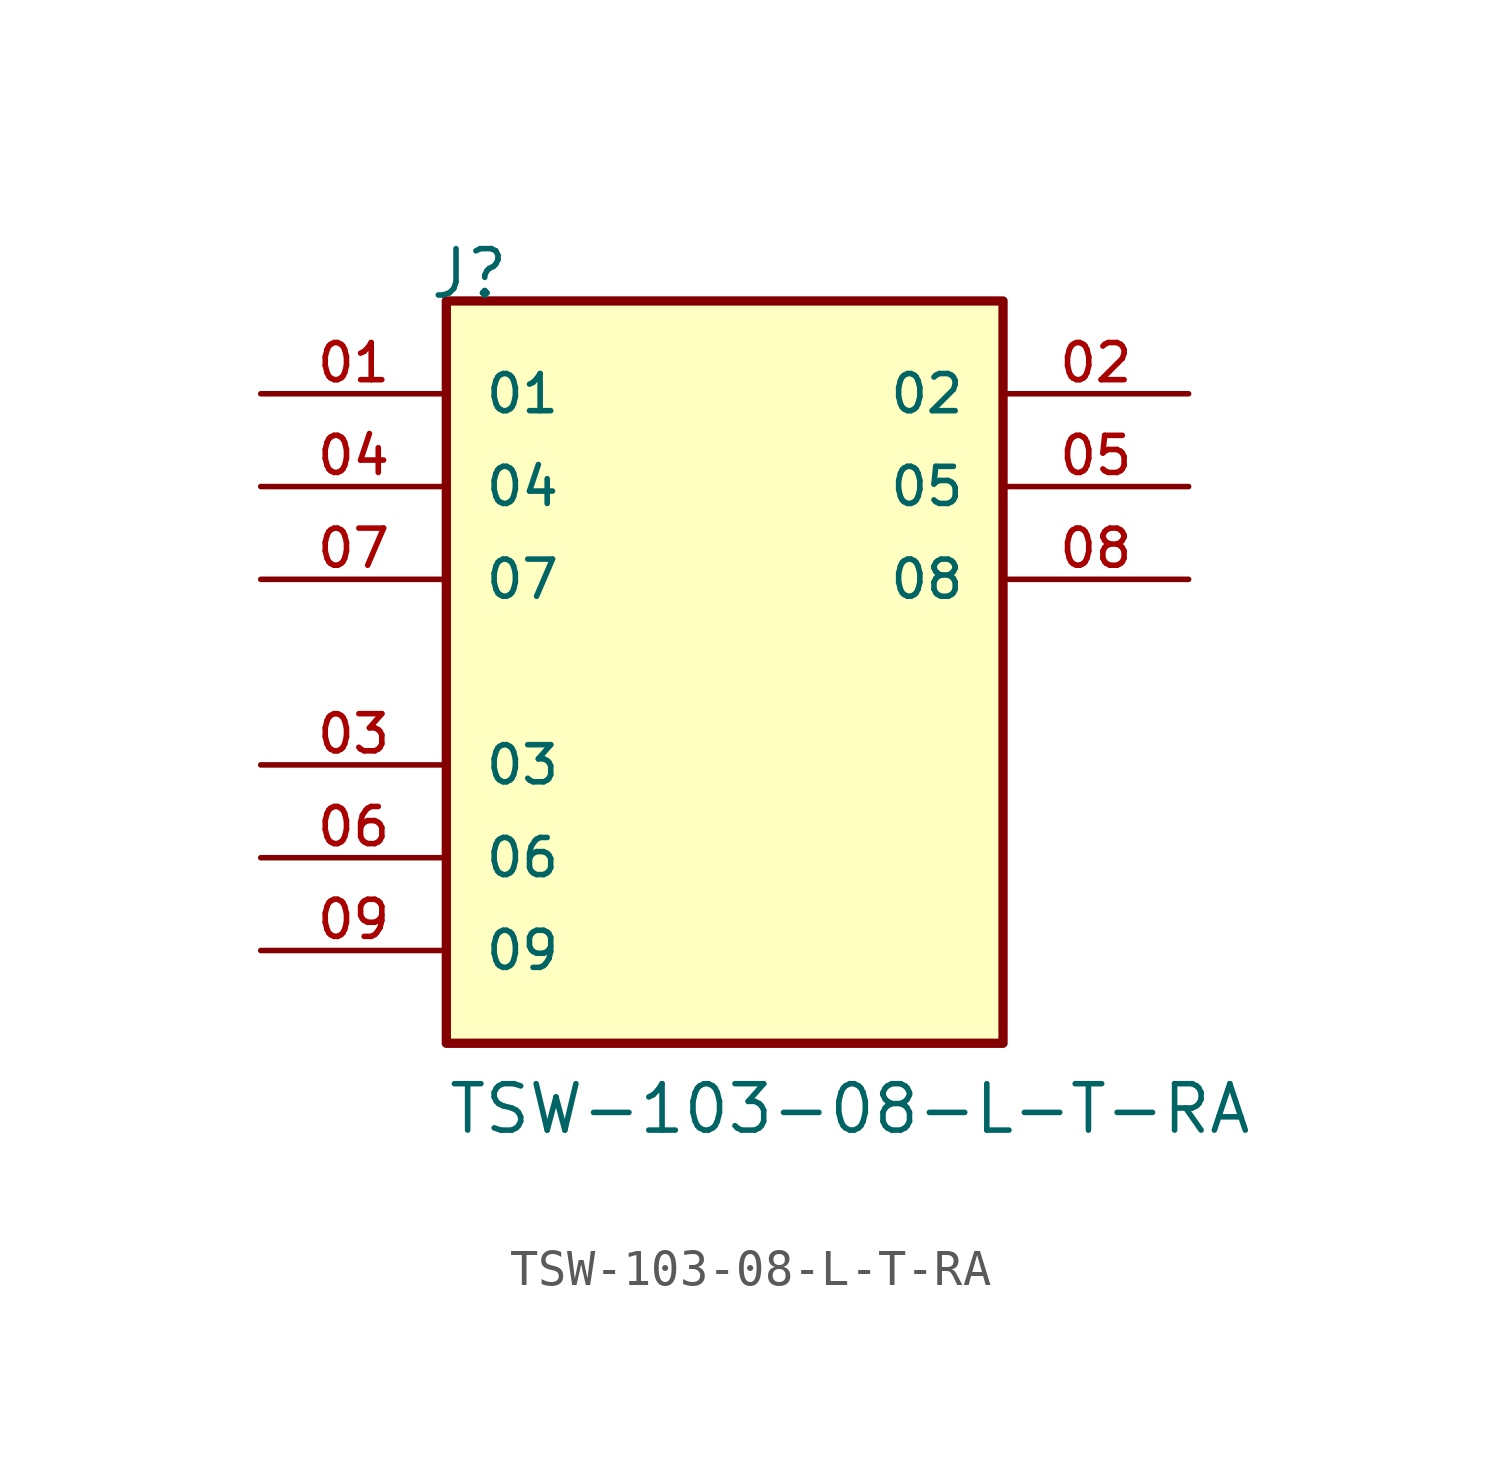
<source format=kicad_sym>
(kicad_symbol_lib
  (version 20211014)
  (generator kicad_symbol_editor)
  (symbol "TSW-103-08-L-T-RA"
    (pin_names
      (offset 1.016))
    (property "Reference" "J"
      (at -8.12 10.16 0)
      (effects (font (size 1.27 1.27)) (justify bottom left)))
    (property "Value" "TSW-103-08-L-T-RA"
      (at -7.62 -12.7 0)
      (effects (font (size 1.27 1.27)) (justify bottom left)))
    (symbol "TSW-103-08-L-T-RA_0_0"
      (rectangle (start -7.62 -10.16) (end 7.62 10.16) (stroke (width 0.254)) (fill (type background)))
      (pin passive line (at -12.7 7.62 0) (length 5.08) (name "01" (effects (font (size 1.016 1.016)))) (number "01" (effects (font (size 1.016 1.016)))))
      (pin passive line (at -12.7 5.08 0) (length 5.08) (name "04" (effects (font (size 1.016 1.016)))) (number "04" (effects (font (size 1.016 1.016)))))
      (pin passive line (at -12.7 2.54 0) (length 5.08) (name "07" (effects (font (size 1.016 1.016)))) (number "07" (effects (font (size 1.016 1.016)))))
      (pin passive line (at 12.7 7.62 180.0) (length 5.08) (name "02" (effects (font (size 1.016 1.016)))) (number "02" (effects (font (size 1.016 1.016)))))
      (pin passive line (at 12.7 5.08 180.0) (length 5.08) (name "05" (effects (font (size 1.016 1.016)))) (number "05" (effects (font (size 1.016 1.016)))))
      (pin passive line (at 12.7 2.54 180.0) (length 5.08) (name "08" (effects (font (size 1.016 1.016)))) (number "08" (effects (font (size 1.016 1.016)))))
      (pin passive line (at -12.7 -2.54 0) (length 5.08) (name "03" (effects (font (size 1.016 1.016)))) (number "03" (effects (font (size 1.016 1.016)))))
      (pin passive line (at -12.7 -5.08 0) (length 5.08) (name "06" (effects (font (size 1.016 1.016)))) (number "06" (effects (font (size 1.016 1.016)))))
      (pin passive line (at -12.7 -7.62 0) (length 5.08) (name "09" (effects (font (size 1.016 1.016)))) (number "09" (effects (font (size 1.016 1.016))))))))
</source>
